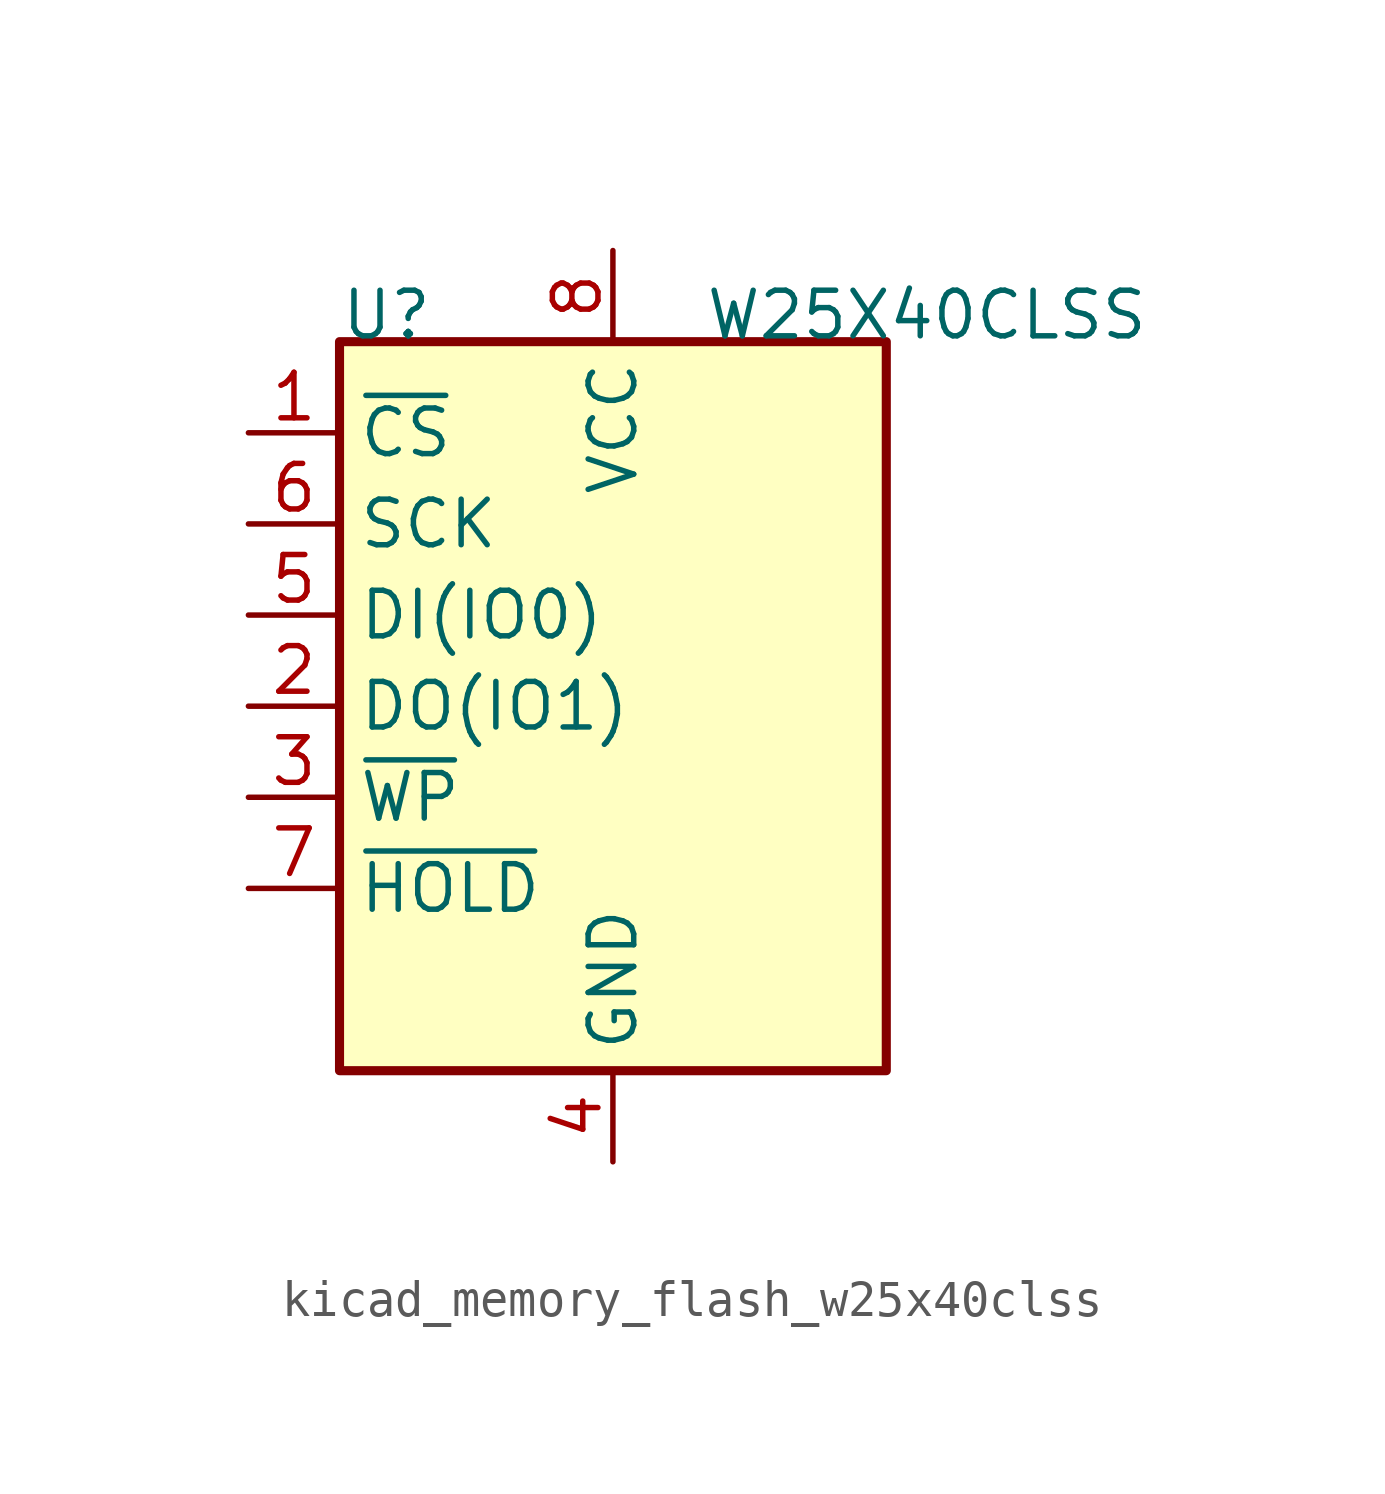
<source format=kicad_sym>
(kicad_symbol_lib
  (version 20220914)
  (generator kicad_symbol_editor)
  (symbol "kicad_memory_flash_w25x40clss"
    (property "Reference" "U"
      (at -7.62 10.16 0)
      (effects (font (size 1.27 1.27)) (justify left bottom)))
    (property "Value" "W25X40CLSS"
      (at 2.54 10.16 0)
      (effects (font (size 1.27 1.27)) (justify left bottom)))
    (symbol "kicad_memory_flash_w25x40clss_0_1"
      (rectangle (start -7.62 10.16) (end 7.62 -10.16) (stroke (width 0.254) (type default)) (fill (type background))))
    (symbol "kicad_memory_flash_w25x40clss_1_1"
      (pin input line (at -10.16 7.62 0) (length 2.54) (name "~{CS}" (effects (font (size 1.27 1.27)))) (number "1" (effects (font (size 1.27 1.27)))))
      (pin bidirectional line (at -10.16 0 0) (length 2.54) (name "DO(IO1)" (effects (font (size 1.27 1.27)))) (number "2" (effects (font (size 1.27 1.27)))))
      (pin bidirectional line (at -10.16 -2.54 0) (length 2.54) (name "~{WP}" (effects (font (size 1.27 1.27)))) (number "3" (effects (font (size 1.27 1.27)))))
      (pin power_in line (at 0 -12.7 90) (length 2.54) (name "GND" (effects (font (size 1.27 1.27)))) (number "4" (effects (font (size 1.27 1.27)))))
      (pin bidirectional line (at -10.16 2.54 0) (length 2.54) (name "DI(IO0)" (effects (font (size 1.27 1.27)))) (number "5" (effects (font (size 1.27 1.27)))))
      (pin input line (at -10.16 5.08 0) (length 2.54) (name "SCK" (effects (font (size 1.27 1.27)))) (number "6" (effects (font (size 1.27 1.27)))))
      (pin bidirectional line (at -10.16 -5.08 0) (length 2.54) (name "~{HOLD}" (effects (font (size 1.27 1.27)))) (number "7" (effects (font (size 1.27 1.27)))))
      (pin power_in line (at 0 12.7 270) (length 2.54) (name "VCC" (effects (font (size 1.27 1.27)))) (number "8" (effects (font (size 1.27 1.27))))))))
</source>
